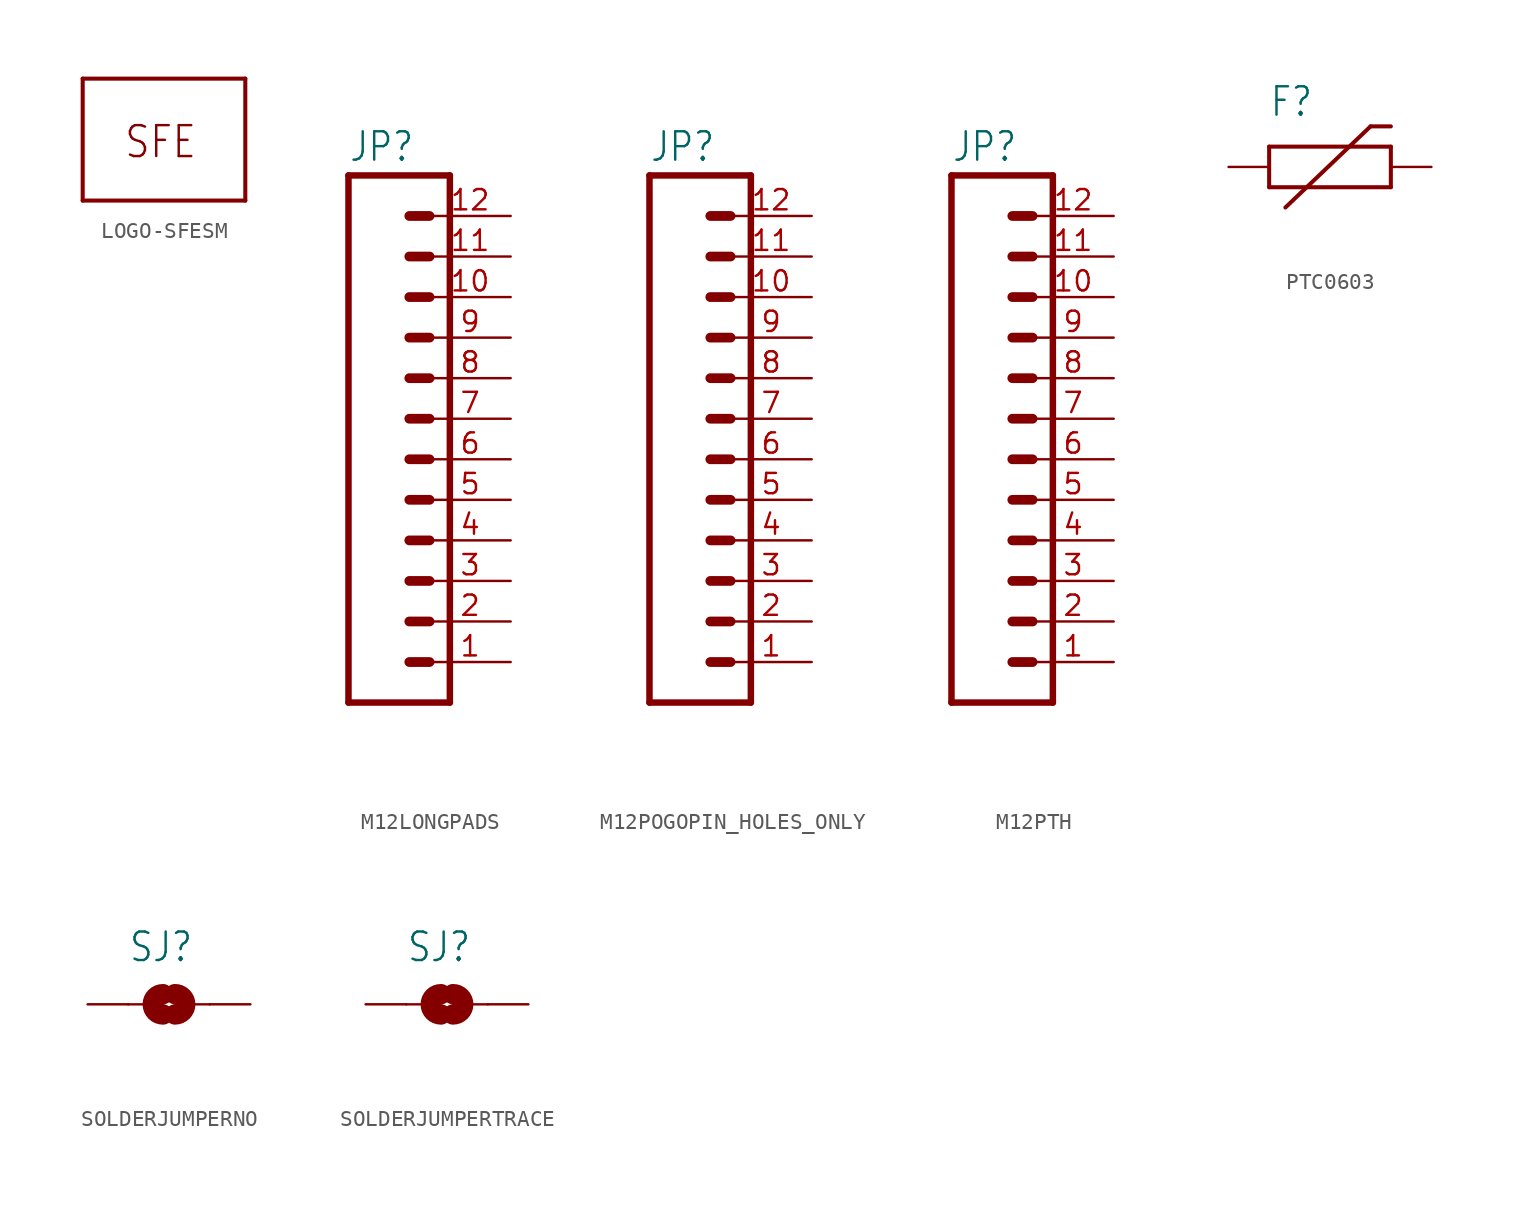
<source format=kicad_sym>
(kicad_symbol_lib
  (version 20220914)
  (generator kicad_symbol_editor)
  (symbol "LOGO-SFESM"
    (property "Reference" "JP"
      (at 0 0 0)
      (effects (font (size 1.27 1.27)) hide))
    (property "ki_locked" ""
      (at 0 0 0)
      (effects (font (size 1.27 1.27))))
    (symbol "LOGO-SFESM_1_0"
      (polyline (pts (xy -2.54 -2.54) (xy 7.62 -2.54)) (stroke (width 0.254) (type solid)) (fill (type none)))
      (polyline (pts (xy -2.54 5.08) (xy -2.54 -2.54)) (stroke (width 0.254) (type solid)) (fill (type none)))
      (polyline (pts (xy 7.62 -2.54) (xy 7.62 5.08)) (stroke (width 0.254) (type solid)) (fill (type none)))
      (polyline (pts (xy 7.62 5.08) (xy -2.54 5.08)) (stroke (width 0.254) (type solid)) (fill (type none)))
      (text "SFE" (at 0 0 0) (effects (font (size 1.93 1.641)) (justify left bottom)))))
  (symbol "M12LONGPADS"
    (property "Reference" "JP"
      (at 0 16.002 0)
      (effects (font (size 1.778 1.511)) (justify left bottom)))
    (property "Value" ""
      (at 0 -20.32 0)
      (effects (font (size 1.778 1.511)) (justify left bottom)))
    (property "ki_locked" ""
      (at 0 0 0)
      (effects (font (size 1.27 1.27))))
    (symbol "M12LONGPADS_1_0"
      (polyline (pts (xy 0 15.24) (xy 0 -17.78)) (stroke (width 0.406) (type solid)) (fill (type none)))
      (polyline (pts (xy 0 15.24) (xy 6.35 15.24)) (stroke (width 0.406) (type solid)) (fill (type none)))
      (polyline (pts (xy 3.81 -15.24) (xy 5.08 -15.24)) (stroke (width 0.61) (type solid)) (fill (type none)))
      (polyline (pts (xy 3.81 -12.7) (xy 5.08 -12.7)) (stroke (width 0.61) (type solid)) (fill (type none)))
      (polyline (pts (xy 3.81 -10.16) (xy 5.08 -10.16)) (stroke (width 0.61) (type solid)) (fill (type none)))
      (polyline (pts (xy 3.81 -7.62) (xy 5.08 -7.62)) (stroke (width 0.61) (type solid)) (fill (type none)))
      (polyline (pts (xy 3.81 -5.08) (xy 5.08 -5.08)) (stroke (width 0.61) (type solid)) (fill (type none)))
      (polyline (pts (xy 3.81 -2.54) (xy 5.08 -2.54)) (stroke (width 0.61) (type solid)) (fill (type none)))
      (polyline (pts (xy 3.81 0) (xy 5.08 0)) (stroke (width 0.61) (type solid)) (fill (type none)))
      (polyline (pts (xy 3.81 2.54) (xy 5.08 2.54)) (stroke (width 0.61) (type solid)) (fill (type none)))
      (polyline (pts (xy 3.81 5.08) (xy 5.08 5.08)) (stroke (width 0.61) (type solid)) (fill (type none)))
      (polyline (pts (xy 3.81 7.62) (xy 5.08 7.62)) (stroke (width 0.61) (type solid)) (fill (type none)))
      (polyline (pts (xy 3.81 10.16) (xy 5.08 10.16)) (stroke (width 0.61) (type solid)) (fill (type none)))
      (polyline (pts (xy 3.81 12.7) (xy 5.08 12.7)) (stroke (width 0.61) (type solid)) (fill (type none)))
      (polyline (pts (xy 6.35 -17.78) (xy 0 -17.78)) (stroke (width 0.406) (type solid)) (fill (type none)))
      (polyline (pts (xy 6.35 -17.78) (xy 6.35 15.24)) (stroke (width 0.406) (type solid)) (fill (type none)))
      (pin passive line (at 10.16 -15.24 180) (length 5.08) (name "1" (effects (font (size 0 0)))) (number "1" (effects (font (size 1.27 1.27)))))
      (pin passive line (at 10.16 7.62 180) (length 5.08) (name "10" (effects (font (size 0 0)))) (number "10" (effects (font (size 1.27 1.27)))))
      (pin passive line (at 10.16 10.16 180) (length 5.08) (name "11" (effects (font (size 0 0)))) (number "11" (effects (font (size 1.27 1.27)))))
      (pin passive line (at 10.16 12.7 180) (length 5.08) (name "12" (effects (font (size 0 0)))) (number "12" (effects (font (size 1.27 1.27)))))
      (pin passive line (at 10.16 -12.7 180) (length 5.08) (name "2" (effects (font (size 0 0)))) (number "2" (effects (font (size 1.27 1.27)))))
      (pin passive line (at 10.16 -10.16 180) (length 5.08) (name "3" (effects (font (size 0 0)))) (number "3" (effects (font (size 1.27 1.27)))))
      (pin passive line (at 10.16 -7.62 180) (length 5.08) (name "4" (effects (font (size 0 0)))) (number "4" (effects (font (size 1.27 1.27)))))
      (pin passive line (at 10.16 -5.08 180) (length 5.08) (name "5" (effects (font (size 0 0)))) (number "5" (effects (font (size 1.27 1.27)))))
      (pin passive line (at 10.16 -2.54 180) (length 5.08) (name "6" (effects (font (size 0 0)))) (number "6" (effects (font (size 1.27 1.27)))))
      (pin passive line (at 10.16 0 180) (length 5.08) (name "7" (effects (font (size 0 0)))) (number "7" (effects (font (size 1.27 1.27)))))
      (pin passive line (at 10.16 2.54 180) (length 5.08) (name "8" (effects (font (size 0 0)))) (number "8" (effects (font (size 1.27 1.27)))))
      (pin passive line (at 10.16 5.08 180) (length 5.08) (name "9" (effects (font (size 0 0)))) (number "9" (effects (font (size 1.27 1.27)))))))
  (symbol "M12POGOPIN_HOLES_ONLY"
    (property "Reference" "JP"
      (at 0 16.002 0)
      (effects (font (size 1.778 1.511)) (justify left bottom)))
    (property "Value" ""
      (at 0 -20.32 0)
      (effects (font (size 1.778 1.511)) (justify left bottom)))
    (property "ki_locked" ""
      (at 0 0 0)
      (effects (font (size 1.27 1.27))))
    (symbol "M12POGOPIN_HOLES_ONLY_1_0"
      (polyline (pts (xy 0 15.24) (xy 0 -17.78)) (stroke (width 0.406) (type solid)) (fill (type none)))
      (polyline (pts (xy 0 15.24) (xy 6.35 15.24)) (stroke (width 0.406) (type solid)) (fill (type none)))
      (polyline (pts (xy 3.81 -15.24) (xy 5.08 -15.24)) (stroke (width 0.61) (type solid)) (fill (type none)))
      (polyline (pts (xy 3.81 -12.7) (xy 5.08 -12.7)) (stroke (width 0.61) (type solid)) (fill (type none)))
      (polyline (pts (xy 3.81 -10.16) (xy 5.08 -10.16)) (stroke (width 0.61) (type solid)) (fill (type none)))
      (polyline (pts (xy 3.81 -7.62) (xy 5.08 -7.62)) (stroke (width 0.61) (type solid)) (fill (type none)))
      (polyline (pts (xy 3.81 -5.08) (xy 5.08 -5.08)) (stroke (width 0.61) (type solid)) (fill (type none)))
      (polyline (pts (xy 3.81 -2.54) (xy 5.08 -2.54)) (stroke (width 0.61) (type solid)) (fill (type none)))
      (polyline (pts (xy 3.81 0) (xy 5.08 0)) (stroke (width 0.61) (type solid)) (fill (type none)))
      (polyline (pts (xy 3.81 2.54) (xy 5.08 2.54)) (stroke (width 0.61) (type solid)) (fill (type none)))
      (polyline (pts (xy 3.81 5.08) (xy 5.08 5.08)) (stroke (width 0.61) (type solid)) (fill (type none)))
      (polyline (pts (xy 3.81 7.62) (xy 5.08 7.62)) (stroke (width 0.61) (type solid)) (fill (type none)))
      (polyline (pts (xy 3.81 10.16) (xy 5.08 10.16)) (stroke (width 0.61) (type solid)) (fill (type none)))
      (polyline (pts (xy 3.81 12.7) (xy 5.08 12.7)) (stroke (width 0.61) (type solid)) (fill (type none)))
      (polyline (pts (xy 6.35 -17.78) (xy 0 -17.78)) (stroke (width 0.406) (type solid)) (fill (type none)))
      (polyline (pts (xy 6.35 -17.78) (xy 6.35 15.24)) (stroke (width 0.406) (type solid)) (fill (type none)))
      (pin passive line (at 10.16 -15.24 180) (length 5.08) (name "1" (effects (font (size 0 0)))) (number "1" (effects (font (size 1.27 1.27)))))
      (pin passive line (at 10.16 7.62 180) (length 5.08) (name "10" (effects (font (size 0 0)))) (number "10" (effects (font (size 1.27 1.27)))))
      (pin passive line (at 10.16 10.16 180) (length 5.08) (name "11" (effects (font (size 0 0)))) (number "11" (effects (font (size 1.27 1.27)))))
      (pin passive line (at 10.16 12.7 180) (length 5.08) (name "12" (effects (font (size 0 0)))) (number "12" (effects (font (size 1.27 1.27)))))
      (pin passive line (at 10.16 -12.7 180) (length 5.08) (name "2" (effects (font (size 0 0)))) (number "2" (effects (font (size 1.27 1.27)))))
      (pin passive line (at 10.16 -10.16 180) (length 5.08) (name "3" (effects (font (size 0 0)))) (number "3" (effects (font (size 1.27 1.27)))))
      (pin passive line (at 10.16 -7.62 180) (length 5.08) (name "4" (effects (font (size 0 0)))) (number "4" (effects (font (size 1.27 1.27)))))
      (pin passive line (at 10.16 -5.08 180) (length 5.08) (name "5" (effects (font (size 0 0)))) (number "5" (effects (font (size 1.27 1.27)))))
      (pin passive line (at 10.16 -2.54 180) (length 5.08) (name "6" (effects (font (size 0 0)))) (number "6" (effects (font (size 1.27 1.27)))))
      (pin passive line (at 10.16 0 180) (length 5.08) (name "7" (effects (font (size 0 0)))) (number "7" (effects (font (size 1.27 1.27)))))
      (pin passive line (at 10.16 2.54 180) (length 5.08) (name "8" (effects (font (size 0 0)))) (number "8" (effects (font (size 1.27 1.27)))))
      (pin passive line (at 10.16 5.08 180) (length 5.08) (name "9" (effects (font (size 0 0)))) (number "9" (effects (font (size 1.27 1.27)))))))
  (symbol "M12PTH"
    (property "Reference" "JP"
      (at 0 16.002 0)
      (effects (font (size 1.778 1.511)) (justify left bottom)))
    (property "Value" ""
      (at 0 -20.32 0)
      (effects (font (size 1.778 1.511)) (justify left bottom)))
    (property "ki_locked" ""
      (at 0 0 0)
      (effects (font (size 1.27 1.27))))
    (symbol "M12PTH_1_0"
      (polyline (pts (xy 0 15.24) (xy 0 -17.78)) (stroke (width 0.406) (type solid)) (fill (type none)))
      (polyline (pts (xy 0 15.24) (xy 6.35 15.24)) (stroke (width 0.406) (type solid)) (fill (type none)))
      (polyline (pts (xy 3.81 -15.24) (xy 5.08 -15.24)) (stroke (width 0.61) (type solid)) (fill (type none)))
      (polyline (pts (xy 3.81 -12.7) (xy 5.08 -12.7)) (stroke (width 0.61) (type solid)) (fill (type none)))
      (polyline (pts (xy 3.81 -10.16) (xy 5.08 -10.16)) (stroke (width 0.61) (type solid)) (fill (type none)))
      (polyline (pts (xy 3.81 -7.62) (xy 5.08 -7.62)) (stroke (width 0.61) (type solid)) (fill (type none)))
      (polyline (pts (xy 3.81 -5.08) (xy 5.08 -5.08)) (stroke (width 0.61) (type solid)) (fill (type none)))
      (polyline (pts (xy 3.81 -2.54) (xy 5.08 -2.54)) (stroke (width 0.61) (type solid)) (fill (type none)))
      (polyline (pts (xy 3.81 0) (xy 5.08 0)) (stroke (width 0.61) (type solid)) (fill (type none)))
      (polyline (pts (xy 3.81 2.54) (xy 5.08 2.54)) (stroke (width 0.61) (type solid)) (fill (type none)))
      (polyline (pts (xy 3.81 5.08) (xy 5.08 5.08)) (stroke (width 0.61) (type solid)) (fill (type none)))
      (polyline (pts (xy 3.81 7.62) (xy 5.08 7.62)) (stroke (width 0.61) (type solid)) (fill (type none)))
      (polyline (pts (xy 3.81 10.16) (xy 5.08 10.16)) (stroke (width 0.61) (type solid)) (fill (type none)))
      (polyline (pts (xy 3.81 12.7) (xy 5.08 12.7)) (stroke (width 0.61) (type solid)) (fill (type none)))
      (polyline (pts (xy 6.35 -17.78) (xy 0 -17.78)) (stroke (width 0.406) (type solid)) (fill (type none)))
      (polyline (pts (xy 6.35 -17.78) (xy 6.35 15.24)) (stroke (width 0.406) (type solid)) (fill (type none)))
      (pin passive line (at 10.16 -15.24 180) (length 5.08) (name "1" (effects (font (size 0 0)))) (number "1" (effects (font (size 1.27 1.27)))))
      (pin passive line (at 10.16 7.62 180) (length 5.08) (name "10" (effects (font (size 0 0)))) (number "10" (effects (font (size 1.27 1.27)))))
      (pin passive line (at 10.16 10.16 180) (length 5.08) (name "11" (effects (font (size 0 0)))) (number "11" (effects (font (size 1.27 1.27)))))
      (pin passive line (at 10.16 12.7 180) (length 5.08) (name "12" (effects (font (size 0 0)))) (number "12" (effects (font (size 1.27 1.27)))))
      (pin passive line (at 10.16 -12.7 180) (length 5.08) (name "2" (effects (font (size 0 0)))) (number "2" (effects (font (size 1.27 1.27)))))
      (pin passive line (at 10.16 -10.16 180) (length 5.08) (name "3" (effects (font (size 0 0)))) (number "3" (effects (font (size 1.27 1.27)))))
      (pin passive line (at 10.16 -7.62 180) (length 5.08) (name "4" (effects (font (size 0 0)))) (number "4" (effects (font (size 1.27 1.27)))))
      (pin passive line (at 10.16 -5.08 180) (length 5.08) (name "5" (effects (font (size 0 0)))) (number "5" (effects (font (size 1.27 1.27)))))
      (pin passive line (at 10.16 -2.54 180) (length 5.08) (name "6" (effects (font (size 0 0)))) (number "6" (effects (font (size 1.27 1.27)))))
      (pin passive line (at 10.16 0 180) (length 5.08) (name "7" (effects (font (size 0 0)))) (number "7" (effects (font (size 1.27 1.27)))))
      (pin passive line (at 10.16 2.54 180) (length 5.08) (name "8" (effects (font (size 0 0)))) (number "8" (effects (font (size 1.27 1.27)))))
      (pin passive line (at 10.16 5.08 180) (length 5.08) (name "9" (effects (font (size 0 0)))) (number "9" (effects (font (size 1.27 1.27)))))))
  (symbol "PTC0603"
    (property "Reference" "F"
      (at -2.54 3.048 0)
      (effects (font (size 1.778 1.511)) (justify left bottom)))
    (property "Value" ""
      (at -3.302 -5.08 0)
      (effects (font (size 1.778 1.511)) (justify left bottom)))
    (property "ki_locked" ""
      (at 0 0 0)
      (effects (font (size 1.27 1.27))))
    (symbol "PTC0603_1_0"
      (polyline (pts (xy -2.54 -1.27) (xy -2.54 1.27)) (stroke (width 0.254) (type solid)) (fill (type none)))
      (polyline (pts (xy -2.54 1.27) (xy 5.08 1.27)) (stroke (width 0.254) (type solid)) (fill (type none)))
      (polyline (pts (xy -1.524 -2.54) (xy 3.81 2.54)) (stroke (width 0.254) (type solid)) (fill (type none)))
      (polyline (pts (xy 3.81 2.54) (xy 5.08 2.54)) (stroke (width 0.254) (type solid)) (fill (type none)))
      (polyline (pts (xy 5.08 -1.27) (xy -2.54 -1.27)) (stroke (width 0.254) (type solid)) (fill (type none)))
      (polyline (pts (xy 5.08 1.27) (xy 5.08 -1.27)) (stroke (width 0.254) (type solid)) (fill (type none)))
      (pin bidirectional line (at -5.08 0 0) (length 2.54) (name "1" (effects (font (size 0 0)))) (number "1" (effects (font (size 0 0)))))
      (pin bidirectional line (at 7.62 0 180) (length 2.54) (name "2" (effects (font (size 0 0)))) (number "2" (effects (font (size 0 0)))))))
  (symbol "SOLDERJUMPERNO"
    (property "Reference" "SJ"
      (at -2.54 2.54 0)
      (effects (font (size 1.778 1.511)) (justify left bottom)))
    (property "Value" ""
      (at -2.54 -5.08 0)
      (effects (font (size 1.778 1.511)) (justify left bottom)))
    (property "ki_locked" ""
      (at 0 0 0)
      (effects (font (size 1.27 1.27))))
    (symbol "SOLDERJUMPERNO_1_0"
      (arc (start -0.3808 0.635) (mid -1.0159 0.0001) (end -0.381 -0.635) (stroke (width 1.27) (type solid)) (fill (type none)))
      (polyline (pts (xy -2.54 0) (xy -1.651 0)) (stroke (width 0.152) (type solid)) (fill (type none)))
      (polyline (pts (xy 2.54 0) (xy 1.651 0)) (stroke (width 0.152) (type solid)) (fill (type none)))
      (arc (start 0.3808 -0.635) (mid 1.0159 -0.0001) (end 0.381 0.635) (stroke (width 1.27) (type solid)) (fill (type none)))
      (pin passive line (at -5.08 0 0) (length 2.54) (name "1" (effects (font (size 0 0)))) (number "1" (effects (font (size 0 0)))))
      (pin passive line (at 5.08 0 180) (length 2.54) (name "2" (effects (font (size 0 0)))) (number "2" (effects (font (size 0 0)))))))
  (symbol "SOLDERJUMPERTRACE"
    (property "Reference" "SJ"
      (at -2.54 2.54 0)
      (effects (font (size 1.778 1.511)) (justify left bottom)))
    (property "Value" ""
      (at -2.54 -5.08 0)
      (effects (font (size 1.778 1.511)) (justify left bottom)))
    (property "ki_locked" ""
      (at 0 0 0)
      (effects (font (size 1.27 1.27))))
    (symbol "SOLDERJUMPERTRACE_1_0"
      (arc (start -0.3808 0.635) (mid -1.0159 0.0001) (end -0.381 -0.635) (stroke (width 1.27) (type solid)) (fill (type none)))
      (polyline (pts (xy -2.54 0) (xy -1.651 0)) (stroke (width 0.152) (type solid)) (fill (type none)))
      (polyline (pts (xy 2.54 0) (xy 1.651 0)) (stroke (width 0.152) (type solid)) (fill (type none)))
      (arc (start 0.3808 -0.635) (mid 1.0159 -0.0001) (end 0.381 0.635) (stroke (width 1.27) (type solid)) (fill (type none)))
      (pin passive line (at -5.08 0 0) (length 2.54) (name "1" (effects (font (size 0 0)))) (number "1" (effects (font (size 0 0)))))
      (pin passive line (at 5.08 0 180) (length 2.54) (name "2" (effects (font (size 0 0)))) (number "2" (effects (font (size 0 0))))))))
</source>
